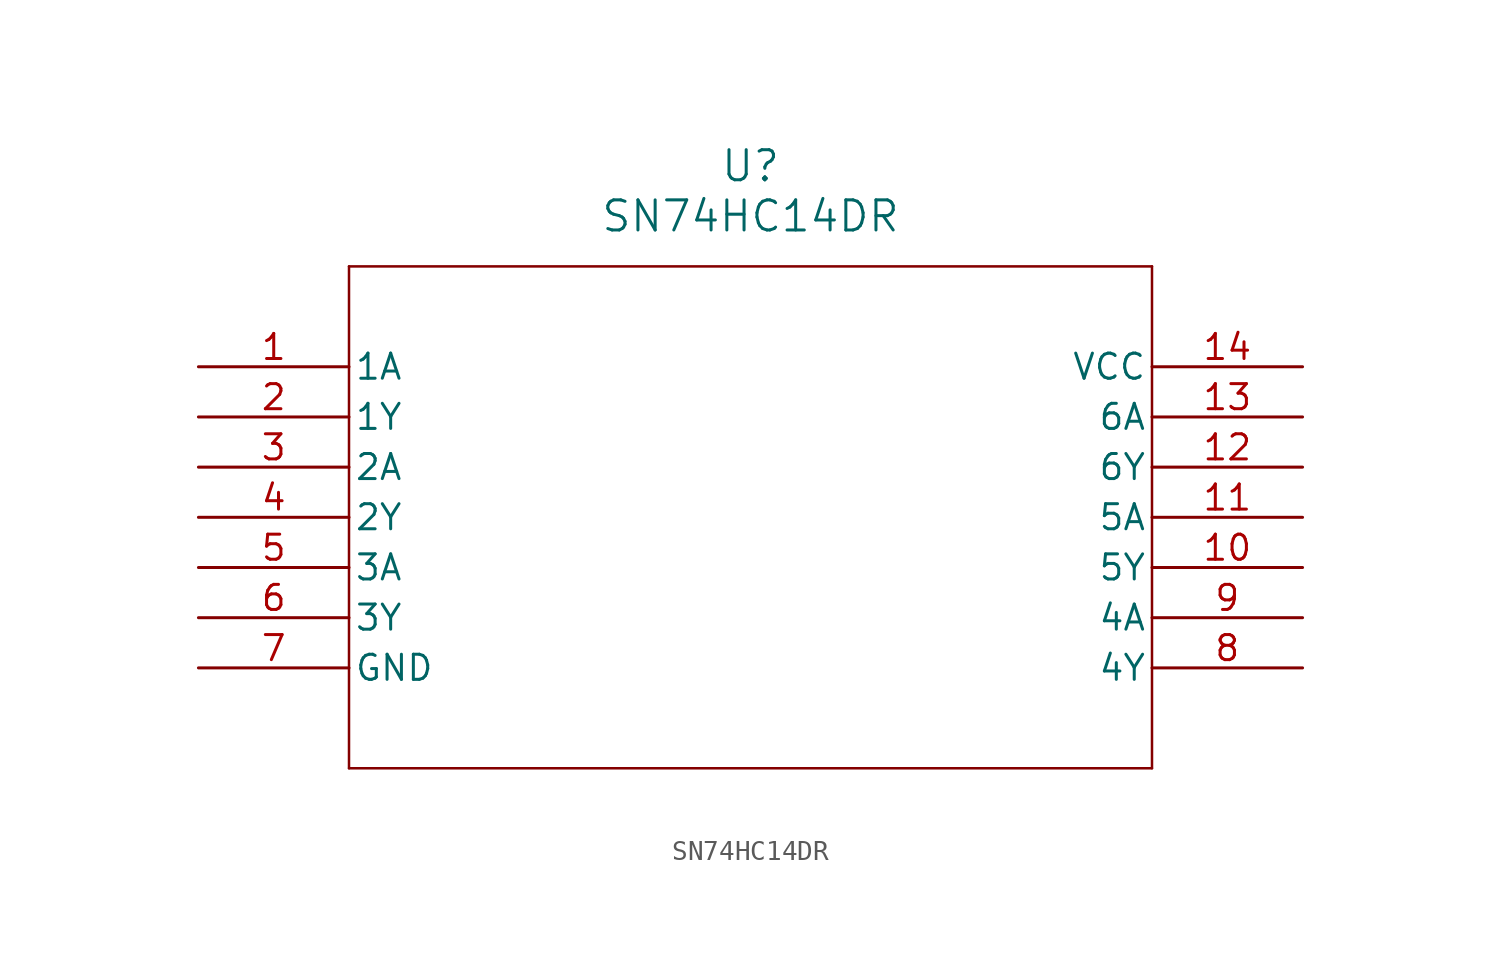
<source format=kicad_sym>
(kicad_symbol_lib
  (version 20211014)
  (generator kicad_symbol_editor)
  (symbol "SN74HC14DR"
    (pin_names
      (offset 0.254))
    (property "Reference" "U"
      (at 27.94 10.16 0)
      (effects (font (size 1.524 1.524))))
    (property "Value" "SN74HC14DR"
      (at 27.94 7.62 0)
      (effects (font (size 1.524 1.524))))
    (polyline
      (pts (xy 7.62 5.08) (xy 7.62 -20.32))
      (stroke (width 0.127) (type default) (color 0 0 0 0))
      (fill (type none)))
    (polyline
      (pts (xy 7.62 -20.32) (xy 48.26 -20.32))
      (stroke (width 0.127) (type default) (color 0 0 0 0))
      (fill (type none)))
    (polyline
      (pts (xy 48.26 -20.32) (xy 48.26 5.08))
      (stroke (width 0.127) (type default) (color 0 0 0 0))
      (fill (type none)))
    (polyline
      (pts (xy 48.26 5.08) (xy 7.62 5.08))
      (stroke (width 0.127) (type default) (color 0 0 0 0))
      (fill (type none)))
    (pin input line
      (at 0 0 0)
      (length 7.62)
      (name "1A" (effects (font (size 1.27 1.27))))
      (number "1" (effects (font (size 1.27 1.27)))))
    (pin output line
      (at 0 -2.54 0)
      (length 7.62)
      (name "1Y" (effects (font (size 1.27 1.27))))
      (number "2" (effects (font (size 1.27 1.27)))))
    (pin input line
      (at 0 -5.08 0)
      (length 7.62)
      (name "2A" (effects (font (size 1.27 1.27))))
      (number "3" (effects (font (size 1.27 1.27)))))
    (pin output line
      (at 0 -7.62 0)
      (length 7.62)
      (name "2Y" (effects (font (size 1.27 1.27))))
      (number "4" (effects (font (size 1.27 1.27)))))
    (pin input line
      (at 0 -10.16 0)
      (length 7.62)
      (name "3A" (effects (font (size 1.27 1.27))))
      (number "5" (effects (font (size 1.27 1.27)))))
    (pin output line
      (at 0 -12.7 0)
      (length 7.62)
      (name "3Y" (effects (font (size 1.27 1.27))))
      (number "6" (effects (font (size 1.27 1.27)))))
    (pin power_in line
      (at 0 -15.24 0)
      (length 7.62)
      (name "GND" (effects (font (size 1.27 1.27))))
      (number "7" (effects (font (size 1.27 1.27)))))
    (pin output line
      (at 55.88 -15.24 180)
      (length 7.62)
      (name "4Y" (effects (font (size 1.27 1.27))))
      (number "8" (effects (font (size 1.27 1.27)))))
    (pin input line
      (at 55.88 -12.7 180)
      (length 7.62)
      (name "4A" (effects (font (size 1.27 1.27))))
      (number "9" (effects (font (size 1.27 1.27)))))
    (pin output line
      (at 55.88 -10.16 180)
      (length 7.62)
      (name "5Y" (effects (font (size 1.27 1.27))))
      (number "10" (effects (font (size 1.27 1.27)))))
    (pin input line
      (at 55.88 -7.62 180)
      (length 7.62)
      (name "5A" (effects (font (size 1.27 1.27))))
      (number "11" (effects (font (size 1.27 1.27)))))
    (pin output line
      (at 55.88 -5.08 180)
      (length 7.62)
      (name "6Y" (effects (font (size 1.27 1.27))))
      (number "12" (effects (font (size 1.27 1.27)))))
    (pin input line
      (at 55.88 -2.54 180)
      (length 7.62)
      (name "6A" (effects (font (size 1.27 1.27))))
      (number "13" (effects (font (size 1.27 1.27)))))
    (pin power_in line
      (at 55.88 0 180)
      (length 7.62)
      (name "VCC" (effects (font (size 1.27 1.27))))
      (number "14" (effects (font (size 1.27 1.27)))))))
</source>
